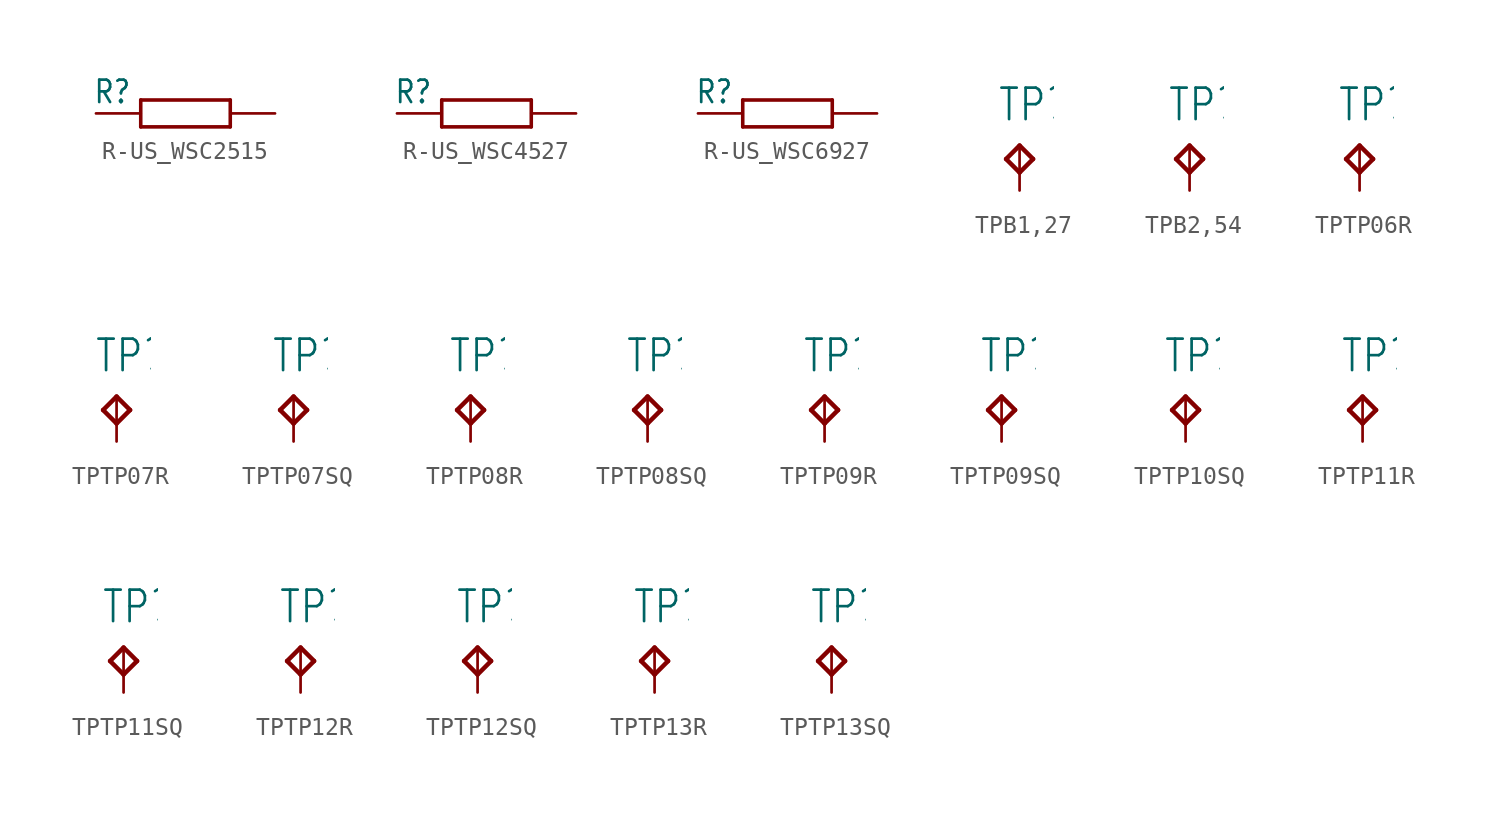
<source format=kicad_sym>
(kicad_symbol_lib
  (version 20231120)
  (generator "kicad_symbol_editor")
  (generator_version "8.99")
  (symbol "R-US_WSC2515"
    (property "Reference" "R"
      (at -3.048 0.483 0)
      (effects (font (size 1.27 1.079)) (justify right bottom)))
    (property "Value" ""
      (at 0 0 0)
      (effects (font (size 1.016 0.864))))
    (property "ki_locked" ""
      (at 0 0 0)
      (effects (font (size 1.27 1.27))))
    (symbol "R-US_WSC2515_1_0"
      (polyline (pts (xy -2.54 -0.762) (xy -2.54 0.762)) (stroke (width 0.203) (type solid)) (fill (type none)))
      (polyline (pts (xy -2.54 0.762) (xy 2.54 0.762)) (stroke (width 0.203) (type solid)) (fill (type none)))
      (polyline (pts (xy 2.54 -0.762) (xy -2.54 -0.762)) (stroke (width 0.203) (type solid)) (fill (type none)))
      (polyline (pts (xy 2.54 0.762) (xy 2.54 -0.762)) (stroke (width 0.203) (type solid)) (fill (type none)))
      (pin passive line (at -5.08 0 0) (length 2.54) (name "1" (effects (font (size 0 0)))) (number "1" (effects (font (size 0 0)))))
      (pin passive line (at 5.08 0 180) (length 2.54) (name "2" (effects (font (size 0 0)))) (number "2" (effects (font (size 0 0)))))))
  (symbol "R-US_WSC4527"
    (property "Reference" "R"
      (at -3.048 0.483 0)
      (effects (font (size 1.27 1.079)) (justify right bottom)))
    (property "Value" ""
      (at 0 0 0)
      (effects (font (size 1.016 0.864))))
    (property "ki_locked" ""
      (at 0 0 0)
      (effects (font (size 1.27 1.27))))
    (symbol "R-US_WSC4527_1_0"
      (polyline (pts (xy -2.54 -0.762) (xy -2.54 0.762)) (stroke (width 0.203) (type solid)) (fill (type none)))
      (polyline (pts (xy -2.54 0.762) (xy 2.54 0.762)) (stroke (width 0.203) (type solid)) (fill (type none)))
      (polyline (pts (xy 2.54 -0.762) (xy -2.54 -0.762)) (stroke (width 0.203) (type solid)) (fill (type none)))
      (polyline (pts (xy 2.54 0.762) (xy 2.54 -0.762)) (stroke (width 0.203) (type solid)) (fill (type none)))
      (pin passive line (at -5.08 0 0) (length 2.54) (name "1" (effects (font (size 0 0)))) (number "1" (effects (font (size 0 0)))))
      (pin passive line (at 5.08 0 180) (length 2.54) (name "2" (effects (font (size 0 0)))) (number "2" (effects (font (size 0 0)))))))
  (symbol "R-US_WSC6927"
    (property "Reference" "R"
      (at -3.048 0.483 0)
      (effects (font (size 1.27 1.079)) (justify right bottom)))
    (property "Value" ""
      (at 0 0 0)
      (effects (font (size 1.016 0.864))))
    (property "ki_locked" ""
      (at 0 0 0)
      (effects (font (size 1.27 1.27))))
    (symbol "R-US_WSC6927_1_0"
      (polyline (pts (xy -2.54 -0.762) (xy -2.54 0.762)) (stroke (width 0.203) (type solid)) (fill (type none)))
      (polyline (pts (xy -2.54 0.762) (xy 2.54 0.762)) (stroke (width 0.203) (type solid)) (fill (type none)))
      (polyline (pts (xy 2.54 -0.762) (xy -2.54 -0.762)) (stroke (width 0.203) (type solid)) (fill (type none)))
      (polyline (pts (xy 2.54 0.762) (xy 2.54 -0.762)) (stroke (width 0.203) (type solid)) (fill (type none)))
      (pin passive line (at -5.08 0 0) (length 2.54) (name "1" (effects (font (size 0 0)))) (number "1" (effects (font (size 0 0)))))
      (pin passive line (at 5.08 0 180) (length 2.54) (name "2" (effects (font (size 0 0)))) (number "2" (effects (font (size 0 0)))))))
  (symbol "TPB1,27"
    (property "Reference" "TP"
      (at -1.27 1.27 0)
      (effects (font (size 1.778 1.511)) (justify left bottom)))
    (property "ki_locked" ""
      (at 0 0 0)
      (effects (font (size 1.27 1.27))))
    (symbol "TPB1,27_1_0"
      (polyline (pts (xy -0.762 -0.762) (xy 0 0)) (stroke (width 0.254) (type solid)) (fill (type none)))
      (polyline (pts (xy 0 -1.524) (xy -0.762 -0.762)) (stroke (width 0.254) (type solid)) (fill (type none)))
      (polyline (pts (xy 0 0) (xy 0.762 -0.762)) (stroke (width 0.254) (type solid)) (fill (type none)))
      (polyline (pts (xy 0.762 -0.762) (xy 0 -1.524)) (stroke (width 0.254) (type solid)) (fill (type none)))
      (pin input line (at 0 -2.54 90) (length 2.54) (name "TP" (effects (font (size 0 0)))) (number "TP" (effects (font (size 0 0)))))))
  (symbol "TPB2,54"
    (property "Reference" "TP"
      (at -1.27 1.27 0)
      (effects (font (size 1.778 1.511)) (justify left bottom)))
    (property "ki_locked" ""
      (at 0 0 0)
      (effects (font (size 1.27 1.27))))
    (symbol "TPB2,54_1_0"
      (polyline (pts (xy -0.762 -0.762) (xy 0 0)) (stroke (width 0.254) (type solid)) (fill (type none)))
      (polyline (pts (xy 0 -1.524) (xy -0.762 -0.762)) (stroke (width 0.254) (type solid)) (fill (type none)))
      (polyline (pts (xy 0 0) (xy 0.762 -0.762)) (stroke (width 0.254) (type solid)) (fill (type none)))
      (polyline (pts (xy 0.762 -0.762) (xy 0 -1.524)) (stroke (width 0.254) (type solid)) (fill (type none)))
      (pin input line (at 0 -2.54 90) (length 2.54) (name "TP" (effects (font (size 0 0)))) (number "TP" (effects (font (size 0 0)))))))
  (symbol "TPTP06R"
    (property "Reference" "TP"
      (at -1.27 1.27 0)
      (effects (font (size 1.778 1.511)) (justify left bottom)))
    (property "ki_locked" ""
      (at 0 0 0)
      (effects (font (size 1.27 1.27))))
    (symbol "TPTP06R_1_0"
      (polyline (pts (xy -0.762 -0.762) (xy 0 0)) (stroke (width 0.254) (type solid)) (fill (type none)))
      (polyline (pts (xy 0 -1.524) (xy -0.762 -0.762)) (stroke (width 0.254) (type solid)) (fill (type none)))
      (polyline (pts (xy 0 0) (xy 0.762 -0.762)) (stroke (width 0.254) (type solid)) (fill (type none)))
      (polyline (pts (xy 0.762 -0.762) (xy 0 -1.524)) (stroke (width 0.254) (type solid)) (fill (type none)))
      (pin input line (at 0 -2.54 90) (length 2.54) (name "TP" (effects (font (size 0 0)))) (number "TP" (effects (font (size 0 0)))))))
  (symbol "TPTP07R"
    (property "Reference" "TP"
      (at -1.27 1.27 0)
      (effects (font (size 1.778 1.511)) (justify left bottom)))
    (property "ki_locked" ""
      (at 0 0 0)
      (effects (font (size 1.27 1.27))))
    (symbol "TPTP07R_1_0"
      (polyline (pts (xy -0.762 -0.762) (xy 0 0)) (stroke (width 0.254) (type solid)) (fill (type none)))
      (polyline (pts (xy 0 -1.524) (xy -0.762 -0.762)) (stroke (width 0.254) (type solid)) (fill (type none)))
      (polyline (pts (xy 0 0) (xy 0.762 -0.762)) (stroke (width 0.254) (type solid)) (fill (type none)))
      (polyline (pts (xy 0.762 -0.762) (xy 0 -1.524)) (stroke (width 0.254) (type solid)) (fill (type none)))
      (pin input line (at 0 -2.54 90) (length 2.54) (name "TP" (effects (font (size 0 0)))) (number "TP" (effects (font (size 0 0)))))))
  (symbol "TPTP07SQ"
    (property "Reference" "TP"
      (at -1.27 1.27 0)
      (effects (font (size 1.778 1.511)) (justify left bottom)))
    (property "ki_locked" ""
      (at 0 0 0)
      (effects (font (size 1.27 1.27))))
    (symbol "TPTP07SQ_1_0"
      (polyline (pts (xy -0.762 -0.762) (xy 0 0)) (stroke (width 0.254) (type solid)) (fill (type none)))
      (polyline (pts (xy 0 -1.524) (xy -0.762 -0.762)) (stroke (width 0.254) (type solid)) (fill (type none)))
      (polyline (pts (xy 0 0) (xy 0.762 -0.762)) (stroke (width 0.254) (type solid)) (fill (type none)))
      (polyline (pts (xy 0.762 -0.762) (xy 0 -1.524)) (stroke (width 0.254) (type solid)) (fill (type none)))
      (pin input line (at 0 -2.54 90) (length 2.54) (name "TP" (effects (font (size 0 0)))) (number "TP" (effects (font (size 0 0)))))))
  (symbol "TPTP08R"
    (property "Reference" "TP"
      (at -1.27 1.27 0)
      (effects (font (size 1.778 1.511)) (justify left bottom)))
    (property "ki_locked" ""
      (at 0 0 0)
      (effects (font (size 1.27 1.27))))
    (symbol "TPTP08R_1_0"
      (polyline (pts (xy -0.762 -0.762) (xy 0 0)) (stroke (width 0.254) (type solid)) (fill (type none)))
      (polyline (pts (xy 0 -1.524) (xy -0.762 -0.762)) (stroke (width 0.254) (type solid)) (fill (type none)))
      (polyline (pts (xy 0 0) (xy 0.762 -0.762)) (stroke (width 0.254) (type solid)) (fill (type none)))
      (polyline (pts (xy 0.762 -0.762) (xy 0 -1.524)) (stroke (width 0.254) (type solid)) (fill (type none)))
      (pin input line (at 0 -2.54 90) (length 2.54) (name "TP" (effects (font (size 0 0)))) (number "TP" (effects (font (size 0 0)))))))
  (symbol "TPTP08SQ"
    (property "Reference" "TP"
      (at -1.27 1.27 0)
      (effects (font (size 1.778 1.511)) (justify left bottom)))
    (property "ki_locked" ""
      (at 0 0 0)
      (effects (font (size 1.27 1.27))))
    (symbol "TPTP08SQ_1_0"
      (polyline (pts (xy -0.762 -0.762) (xy 0 0)) (stroke (width 0.254) (type solid)) (fill (type none)))
      (polyline (pts (xy 0 -1.524) (xy -0.762 -0.762)) (stroke (width 0.254) (type solid)) (fill (type none)))
      (polyline (pts (xy 0 0) (xy 0.762 -0.762)) (stroke (width 0.254) (type solid)) (fill (type none)))
      (polyline (pts (xy 0.762 -0.762) (xy 0 -1.524)) (stroke (width 0.254) (type solid)) (fill (type none)))
      (pin input line (at 0 -2.54 90) (length 2.54) (name "TP" (effects (font (size 0 0)))) (number "TP" (effects (font (size 0 0)))))))
  (symbol "TPTP09R"
    (property "Reference" "TP"
      (at -1.27 1.27 0)
      (effects (font (size 1.778 1.511)) (justify left bottom)))
    (property "ki_locked" ""
      (at 0 0 0)
      (effects (font (size 1.27 1.27))))
    (symbol "TPTP09R_1_0"
      (polyline (pts (xy -0.762 -0.762) (xy 0 0)) (stroke (width 0.254) (type solid)) (fill (type none)))
      (polyline (pts (xy 0 -1.524) (xy -0.762 -0.762)) (stroke (width 0.254) (type solid)) (fill (type none)))
      (polyline (pts (xy 0 0) (xy 0.762 -0.762)) (stroke (width 0.254) (type solid)) (fill (type none)))
      (polyline (pts (xy 0.762 -0.762) (xy 0 -1.524)) (stroke (width 0.254) (type solid)) (fill (type none)))
      (pin input line (at 0 -2.54 90) (length 2.54) (name "TP" (effects (font (size 0 0)))) (number "TP" (effects (font (size 0 0)))))))
  (symbol "TPTP09SQ"
    (property "Reference" "TP"
      (at -1.27 1.27 0)
      (effects (font (size 1.778 1.511)) (justify left bottom)))
    (property "ki_locked" ""
      (at 0 0 0)
      (effects (font (size 1.27 1.27))))
    (symbol "TPTP09SQ_1_0"
      (polyline (pts (xy -0.762 -0.762) (xy 0 0)) (stroke (width 0.254) (type solid)) (fill (type none)))
      (polyline (pts (xy 0 -1.524) (xy -0.762 -0.762)) (stroke (width 0.254) (type solid)) (fill (type none)))
      (polyline (pts (xy 0 0) (xy 0.762 -0.762)) (stroke (width 0.254) (type solid)) (fill (type none)))
      (polyline (pts (xy 0.762 -0.762) (xy 0 -1.524)) (stroke (width 0.254) (type solid)) (fill (type none)))
      (pin input line (at 0 -2.54 90) (length 2.54) (name "TP" (effects (font (size 0 0)))) (number "TP" (effects (font (size 0 0)))))))
  (symbol "TPTP10SQ"
    (property "Reference" "TP"
      (at -1.27 1.27 0)
      (effects (font (size 1.778 1.511)) (justify left bottom)))
    (property "ki_locked" ""
      (at 0 0 0)
      (effects (font (size 1.27 1.27))))
    (symbol "TPTP10SQ_1_0"
      (polyline (pts (xy -0.762 -0.762) (xy 0 0)) (stroke (width 0.254) (type solid)) (fill (type none)))
      (polyline (pts (xy 0 -1.524) (xy -0.762 -0.762)) (stroke (width 0.254) (type solid)) (fill (type none)))
      (polyline (pts (xy 0 0) (xy 0.762 -0.762)) (stroke (width 0.254) (type solid)) (fill (type none)))
      (polyline (pts (xy 0.762 -0.762) (xy 0 -1.524)) (stroke (width 0.254) (type solid)) (fill (type none)))
      (pin input line (at 0 -2.54 90) (length 2.54) (name "TP" (effects (font (size 0 0)))) (number "TP" (effects (font (size 0 0)))))))
  (symbol "TPTP11R"
    (property "Reference" "TP"
      (at -1.27 1.27 0)
      (effects (font (size 1.778 1.511)) (justify left bottom)))
    (property "ki_locked" ""
      (at 0 0 0)
      (effects (font (size 1.27 1.27))))
    (symbol "TPTP11R_1_0"
      (polyline (pts (xy -0.762 -0.762) (xy 0 0)) (stroke (width 0.254) (type solid)) (fill (type none)))
      (polyline (pts (xy 0 -1.524) (xy -0.762 -0.762)) (stroke (width 0.254) (type solid)) (fill (type none)))
      (polyline (pts (xy 0 0) (xy 0.762 -0.762)) (stroke (width 0.254) (type solid)) (fill (type none)))
      (polyline (pts (xy 0.762 -0.762) (xy 0 -1.524)) (stroke (width 0.254) (type solid)) (fill (type none)))
      (pin input line (at 0 -2.54 90) (length 2.54) (name "TP" (effects (font (size 0 0)))) (number "TP" (effects (font (size 0 0)))))))
  (symbol "TPTP11SQ"
    (property "Reference" "TP"
      (at -1.27 1.27 0)
      (effects (font (size 1.778 1.511)) (justify left bottom)))
    (property "ki_locked" ""
      (at 0 0 0)
      (effects (font (size 1.27 1.27))))
    (symbol "TPTP11SQ_1_0"
      (polyline (pts (xy -0.762 -0.762) (xy 0 0)) (stroke (width 0.254) (type solid)) (fill (type none)))
      (polyline (pts (xy 0 -1.524) (xy -0.762 -0.762)) (stroke (width 0.254) (type solid)) (fill (type none)))
      (polyline (pts (xy 0 0) (xy 0.762 -0.762)) (stroke (width 0.254) (type solid)) (fill (type none)))
      (polyline (pts (xy 0.762 -0.762) (xy 0 -1.524)) (stroke (width 0.254) (type solid)) (fill (type none)))
      (pin input line (at 0 -2.54 90) (length 2.54) (name "TP" (effects (font (size 0 0)))) (number "TP" (effects (font (size 0 0)))))))
  (symbol "TPTP12R"
    (property "Reference" "TP"
      (at -1.27 1.27 0)
      (effects (font (size 1.778 1.511)) (justify left bottom)))
    (property "ki_locked" ""
      (at 0 0 0)
      (effects (font (size 1.27 1.27))))
    (symbol "TPTP12R_1_0"
      (polyline (pts (xy -0.762 -0.762) (xy 0 0)) (stroke (width 0.254) (type solid)) (fill (type none)))
      (polyline (pts (xy 0 -1.524) (xy -0.762 -0.762)) (stroke (width 0.254) (type solid)) (fill (type none)))
      (polyline (pts (xy 0 0) (xy 0.762 -0.762)) (stroke (width 0.254) (type solid)) (fill (type none)))
      (polyline (pts (xy 0.762 -0.762) (xy 0 -1.524)) (stroke (width 0.254) (type solid)) (fill (type none)))
      (pin input line (at 0 -2.54 90) (length 2.54) (name "TP" (effects (font (size 0 0)))) (number "TP" (effects (font (size 0 0)))))))
  (symbol "TPTP12SQ"
    (property "Reference" "TP"
      (at -1.27 1.27 0)
      (effects (font (size 1.778 1.511)) (justify left bottom)))
    (property "ki_locked" ""
      (at 0 0 0)
      (effects (font (size 1.27 1.27))))
    (symbol "TPTP12SQ_1_0"
      (polyline (pts (xy -0.762 -0.762) (xy 0 0)) (stroke (width 0.254) (type solid)) (fill (type none)))
      (polyline (pts (xy 0 -1.524) (xy -0.762 -0.762)) (stroke (width 0.254) (type solid)) (fill (type none)))
      (polyline (pts (xy 0 0) (xy 0.762 -0.762)) (stroke (width 0.254) (type solid)) (fill (type none)))
      (polyline (pts (xy 0.762 -0.762) (xy 0 -1.524)) (stroke (width 0.254) (type solid)) (fill (type none)))
      (pin input line (at 0 -2.54 90) (length 2.54) (name "TP" (effects (font (size 0 0)))) (number "TP" (effects (font (size 0 0)))))))
  (symbol "TPTP13R"
    (property "Reference" "TP"
      (at -1.27 1.27 0)
      (effects (font (size 1.778 1.511)) (justify left bottom)))
    (property "ki_locked" ""
      (at 0 0 0)
      (effects (font (size 1.27 1.27))))
    (symbol "TPTP13R_1_0"
      (polyline (pts (xy -0.762 -0.762) (xy 0 0)) (stroke (width 0.254) (type solid)) (fill (type none)))
      (polyline (pts (xy 0 -1.524) (xy -0.762 -0.762)) (stroke (width 0.254) (type solid)) (fill (type none)))
      (polyline (pts (xy 0 0) (xy 0.762 -0.762)) (stroke (width 0.254) (type solid)) (fill (type none)))
      (polyline (pts (xy 0.762 -0.762) (xy 0 -1.524)) (stroke (width 0.254) (type solid)) (fill (type none)))
      (pin input line (at 0 -2.54 90) (length 2.54) (name "TP" (effects (font (size 0 0)))) (number "TP" (effects (font (size 0 0)))))))
  (symbol "TPTP13SQ"
    (property "Reference" "TP"
      (at -1.27 1.27 0)
      (effects (font (size 1.778 1.511)) (justify left bottom)))
    (property "ki_locked" ""
      (at 0 0 0)
      (effects (font (size 1.27 1.27))))
    (symbol "TPTP13SQ_1_0"
      (polyline (pts (xy -0.762 -0.762) (xy 0 0)) (stroke (width 0.254) (type solid)) (fill (type none)))
      (polyline (pts (xy 0 -1.524) (xy -0.762 -0.762)) (stroke (width 0.254) (type solid)) (fill (type none)))
      (polyline (pts (xy 0 0) (xy 0.762 -0.762)) (stroke (width 0.254) (type solid)) (fill (type none)))
      (polyline (pts (xy 0.762 -0.762) (xy 0 -1.524)) (stroke (width 0.254) (type solid)) (fill (type none)))
      (pin input line (at 0 -2.54 90) (length 2.54) (name "TP" (effects (font (size 0 0)))) (number "TP" (effects (font (size 0 0))))))))
</source>
